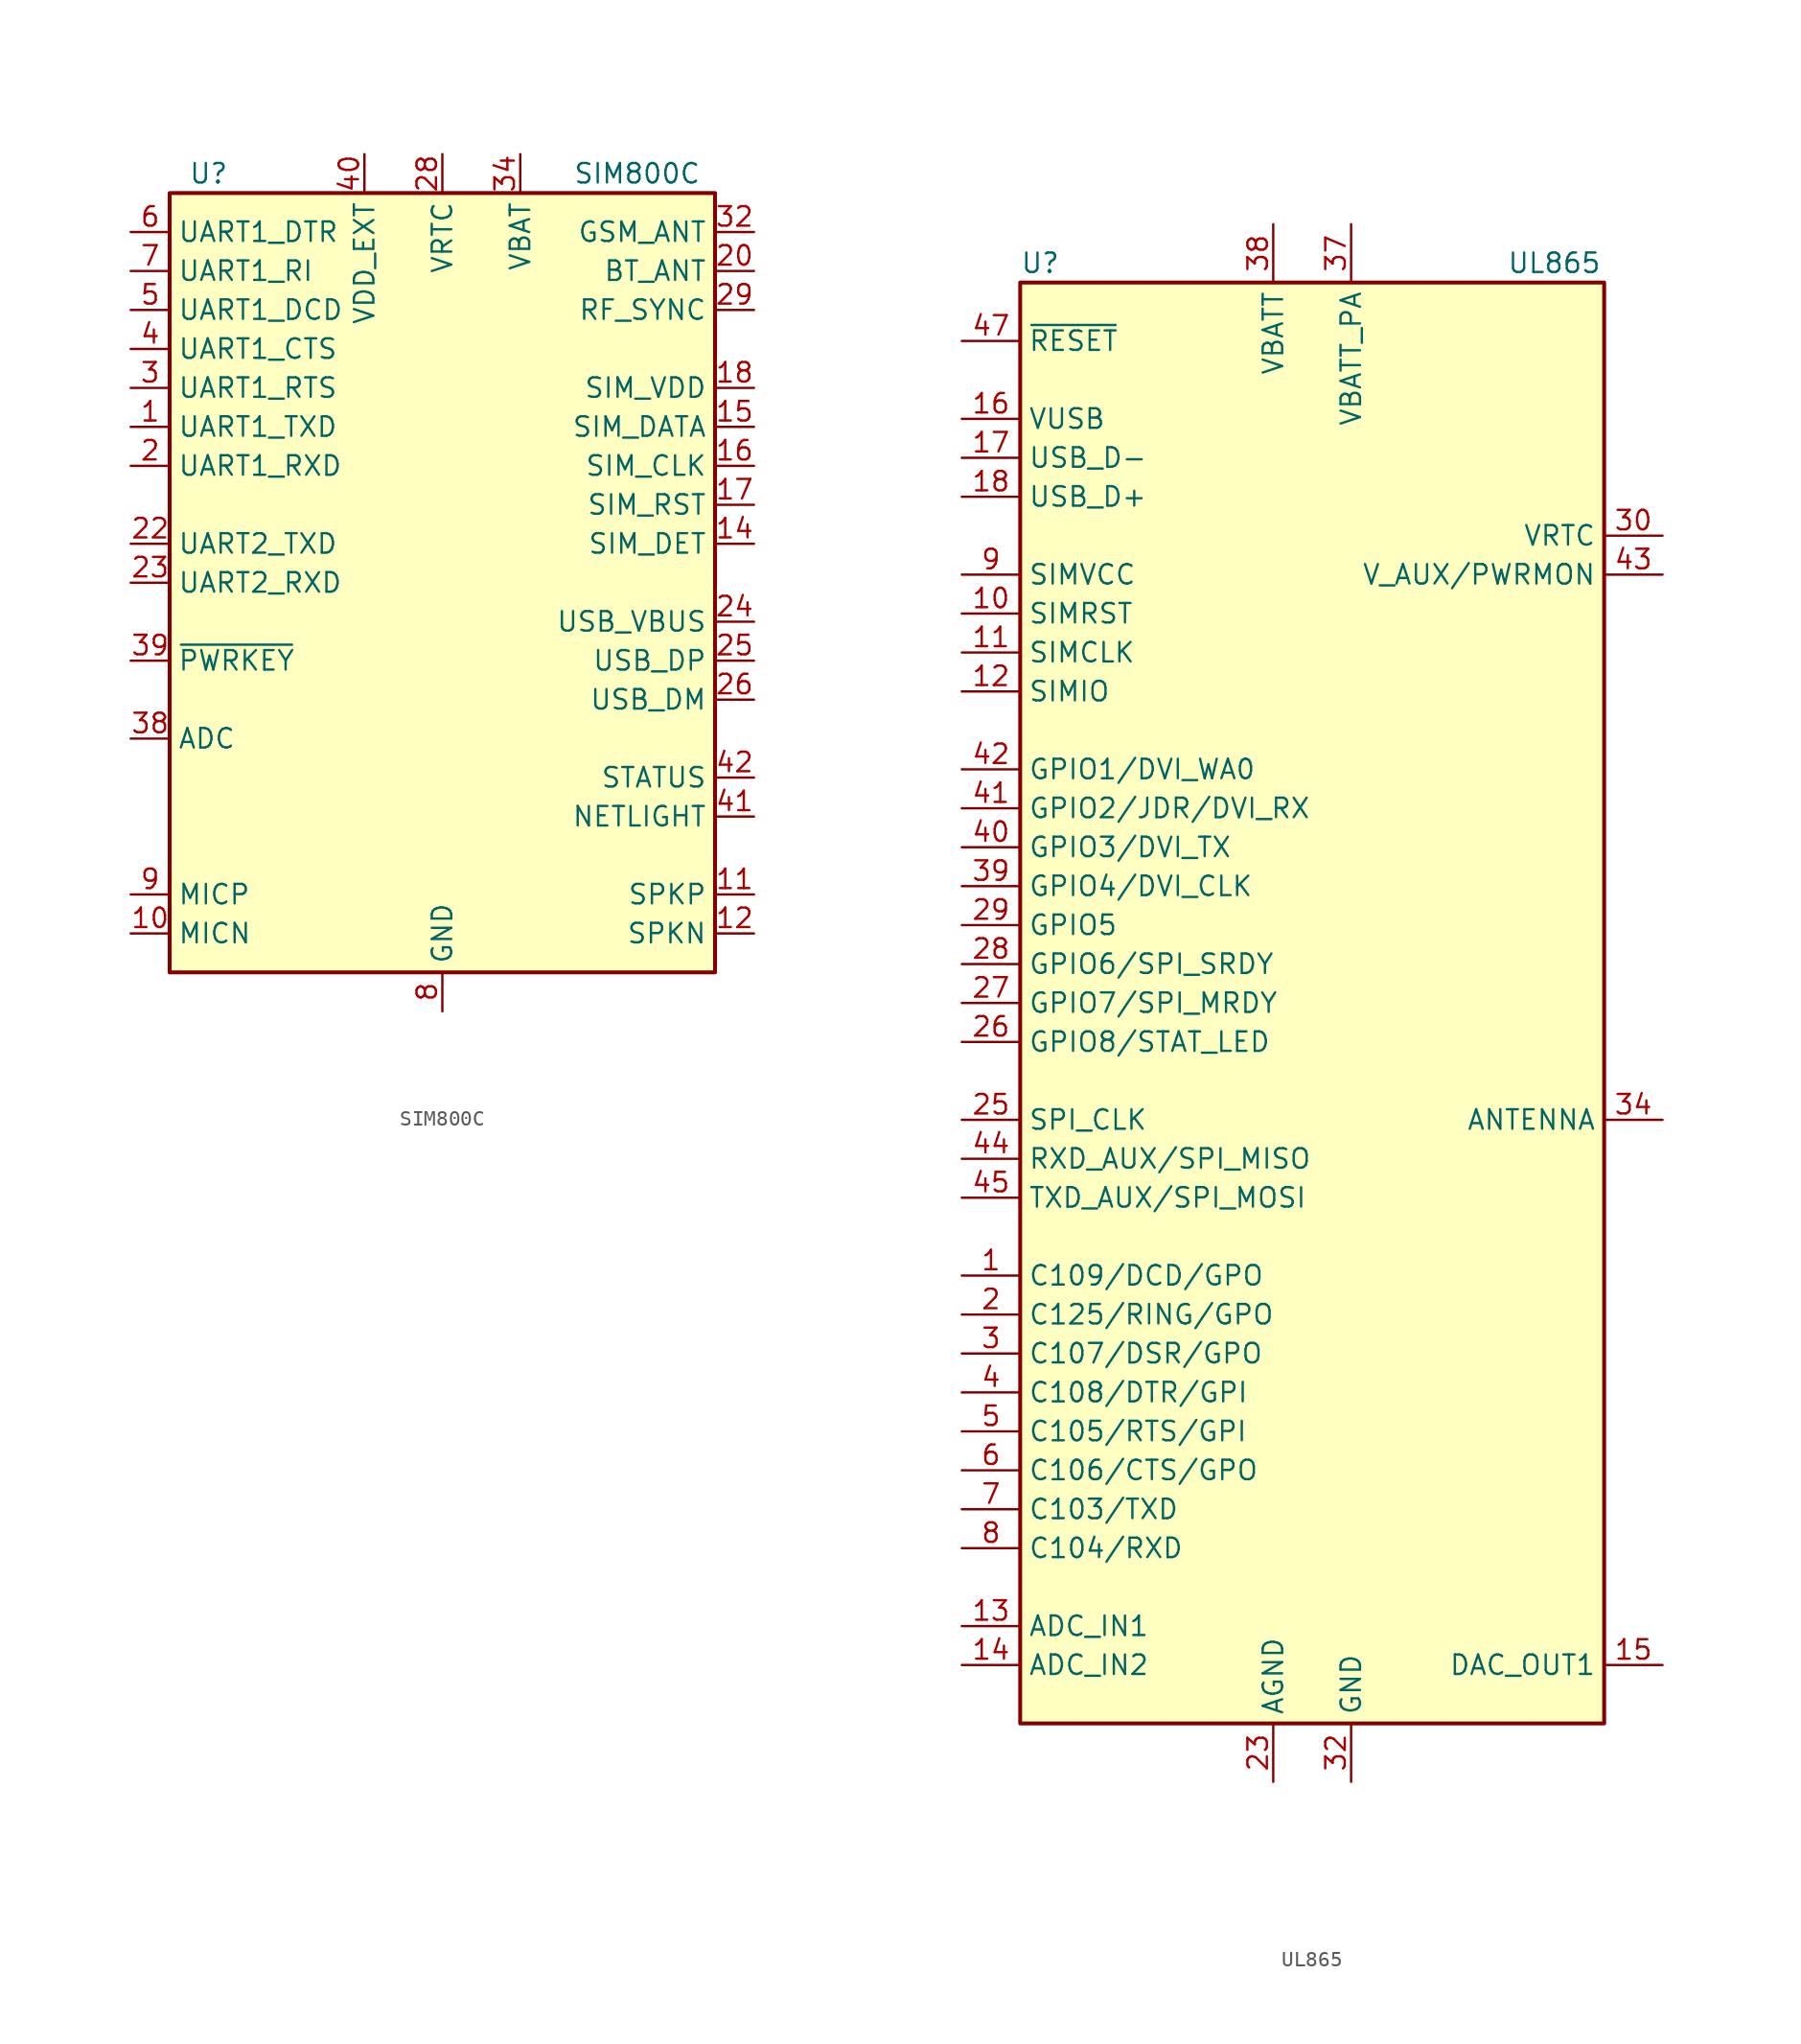
<source format=kicad_sym>
(kicad_symbol_lib
  (version 20201005)
  (generator kicad_symbol_editor)
  (symbol "SIM800C"
    (property "Reference" "U"
      (at -15.24 26.67 0)
      (effects (font (size 1.27 1.27))))
    (property "Value" "SIM800C"
      (at 12.7 26.67 0)
      (effects (font (size 1.27 1.27))))
    (symbol "SIM800C_0_1"
      (rectangle (start -17.78 25.4) (end 17.78 -25.4) (stroke (width 0.254)) (fill (type background))))
    (symbol "SIM800C_1_1"
      (pin output line (at -20.32 10.16 0) (length 2.54) (name "UART1_TXD" (effects (font (size 1.27 1.27)))) (number "1" (effects (font (size 1.27 1.27)))))
      (pin input line (at -20.32 -22.86 0) (length 2.54) (name "MICN" (effects (font (size 1.27 1.27)))) (number "10" (effects (font (size 1.27 1.27)))))
      (pin output line (at 20.32 -20.32 180) (length 2.54) (name "SPKP" (effects (font (size 1.27 1.27)))) (number "11" (effects (font (size 1.27 1.27)))))
      (pin output line (at 20.32 -22.86 180) (length 2.54) (name "SPKN" (effects (font (size 1.27 1.27)))) (number "12" (effects (font (size 1.27 1.27)))))
      (pin passive line (at 0 -27.94 90) (length 2.54) hide (name "GND" (effects (font (size 1.27 1.27)))) (number "13" (effects (font (size 1.27 1.27)))))
      (pin input line (at 20.32 2.54 180) (length 2.54) (name "SIM_DET" (effects (font (size 1.27 1.27)))) (number "14" (effects (font (size 1.27 1.27)))))
      (pin bidirectional line (at 20.32 10.16 180) (length 2.54) (name "SIM_DATA" (effects (font (size 1.27 1.27)))) (number "15" (effects (font (size 1.27 1.27)))))
      (pin output line (at 20.32 7.62 180) (length 2.54) (name "SIM_CLK" (effects (font (size 1.27 1.27)))) (number "16" (effects (font (size 1.27 1.27)))))
      (pin output line (at 20.32 5.08 180) (length 2.54) (name "SIM_RST" (effects (font (size 1.27 1.27)))) (number "17" (effects (font (size 1.27 1.27)))))
      (pin power_out line (at 20.32 12.7 180) (length 2.54) (name "SIM_VDD" (effects (font (size 1.27 1.27)))) (number "18" (effects (font (size 1.27 1.27)))))
      (pin passive line (at 0 -27.94 90) (length 2.54) hide (name "GND" (effects (font (size 1.27 1.27)))) (number "19" (effects (font (size 1.27 1.27)))))
      (pin input line (at -20.32 7.62 0) (length 2.54) (name "UART1_RXD" (effects (font (size 1.27 1.27)))) (number "2" (effects (font (size 1.27 1.27)))))
      (pin passive line (at 20.32 20.32 180) (length 2.54) (name "BT_ANT" (effects (font (size 1.27 1.27)))) (number "20" (effects (font (size 1.27 1.27)))))
      (pin passive line (at 0 -27.94 90) (length 2.54) hide (name "GND" (effects (font (size 1.27 1.27)))) (number "21" (effects (font (size 1.27 1.27)))))
      (pin output line (at -20.32 2.54 0) (length 2.54) (name "UART2_TXD" (effects (font (size 1.27 1.27)))) (number "22" (effects (font (size 1.27 1.27)))))
      (pin input line (at -20.32 0 0) (length 2.54) (name "UART2_RXD" (effects (font (size 1.27 1.27)))) (number "23" (effects (font (size 1.27 1.27)))))
      (pin input line (at 20.32 -2.54 180) (length 2.54) (name "USB_VBUS" (effects (font (size 1.27 1.27)))) (number "24" (effects (font (size 1.27 1.27)))))
      (pin bidirectional line (at 20.32 -5.08 180) (length 2.54) (name "USB_DP" (effects (font (size 1.27 1.27)))) (number "25" (effects (font (size 1.27 1.27)))))
      (pin bidirectional line (at 20.32 -7.62 180) (length 2.54) (name "USB_DM" (effects (font (size 1.27 1.27)))) (number "26" (effects (font (size 1.27 1.27)))))
      (pin passive line (at 0 -27.94 90) (length 2.54) hide (name "GND" (effects (font (size 1.27 1.27)))) (number "27" (effects (font (size 1.27 1.27)))))
      (pin power_in line (at 0 27.94 270) (length 2.54) (name "VRTC" (effects (font (size 1.27 1.27)))) (number "28" (effects (font (size 1.27 1.27)))))
      (pin output line (at 20.32 17.78 180) (length 2.54) (name "RF_SYNC" (effects (font (size 1.27 1.27)))) (number "29" (effects (font (size 1.27 1.27)))))
      (pin input line (at -20.32 12.7 0) (length 2.54) (name "UART1_RTS" (effects (font (size 1.27 1.27)))) (number "3" (effects (font (size 1.27 1.27)))))
      (pin passive line (at 0 -27.94 90) (length 2.54) hide (name "GND" (effects (font (size 1.27 1.27)))) (number "30" (effects (font (size 1.27 1.27)))))
      (pin passive line (at 0 -27.94 90) (length 2.54) hide (name "GND" (effects (font (size 1.27 1.27)))) (number "31" (effects (font (size 1.27 1.27)))))
      (pin passive line (at 20.32 22.86 180) (length 2.54) (name "GSM_ANT" (effects (font (size 1.27 1.27)))) (number "32" (effects (font (size 1.27 1.27)))))
      (pin passive line (at 0 -27.94 90) (length 2.54) hide (name "GND" (effects (font (size 1.27 1.27)))) (number "33" (effects (font (size 1.27 1.27)))))
      (pin power_in line (at 5.08 27.94 270) (length 2.54) (name "VBAT" (effects (font (size 1.27 1.27)))) (number "34" (effects (font (size 1.27 1.27)))))
      (pin passive line (at 5.08 27.94 270) (length 2.54) hide (name "VBAT" (effects (font (size 1.27 1.27)))) (number "35" (effects (font (size 1.27 1.27)))))
      (pin passive line (at 0 -27.94 90) (length 2.54) hide (name "GND" (effects (font (size 1.27 1.27)))) (number "36" (effects (font (size 1.27 1.27)))))
      (pin passive line (at 0 -27.94 90) (length 2.54) hide (name "GND" (effects (font (size 1.27 1.27)))) (number "37" (effects (font (size 1.27 1.27)))))
      (pin input line (at -20.32 -10.16 0) (length 2.54) (name "ADC" (effects (font (size 1.27 1.27)))) (number "38" (effects (font (size 1.27 1.27)))))
      (pin input line (at -20.32 -5.08 0) (length 2.54) (name "~PWRKEY" (effects (font (size 1.27 1.27)))) (number "39" (effects (font (size 1.27 1.27)))))
      (pin output line (at -20.32 15.24 0) (length 2.54) (name "UART1_CTS" (effects (font (size 1.27 1.27)))) (number "4" (effects (font (size 1.27 1.27)))))
      (pin power_out line (at -5.08 27.94 270) (length 2.54) (name "VDD_EXT" (effects (font (size 1.27 1.27)))) (number "40" (effects (font (size 1.27 1.27)))))
      (pin output line (at 20.32 -15.24 180) (length 2.54) (name "NETLIGHT" (effects (font (size 1.27 1.27)))) (number "41" (effects (font (size 1.27 1.27)))))
      (pin output line (at 20.32 -12.7 180) (length 2.54) (name "STATUS" (effects (font (size 1.27 1.27)))) (number "42" (effects (font (size 1.27 1.27)))))
      (pin output line (at -20.32 17.78 0) (length 2.54) (name "UART1_DCD" (effects (font (size 1.27 1.27)))) (number "5" (effects (font (size 1.27 1.27)))))
      (pin input line (at -20.32 22.86 0) (length 2.54) (name "UART1_DTR" (effects (font (size 1.27 1.27)))) (number "6" (effects (font (size 1.27 1.27)))))
      (pin output line (at -20.32 20.32 0) (length 2.54) (name "UART1_RI" (effects (font (size 1.27 1.27)))) (number "7" (effects (font (size 1.27 1.27)))))
      (pin power_in line (at 0 -27.94 90) (length 2.54) (name "GND" (effects (font (size 1.27 1.27)))) (number "8" (effects (font (size 1.27 1.27)))))
      (pin input line (at -20.32 -20.32 0) (length 2.54) (name "MICP" (effects (font (size 1.27 1.27)))) (number "9" (effects (font (size 1.27 1.27)))))))
  (symbol "UL865"
    (property "Reference" "U"
      (at -19.05 43.18 0)
      (effects (font (size 1.27 1.27)) (justify left)))
    (property "Value" "UL865"
      (at 12.7 43.18 0)
      (effects (font (size 1.27 1.27)) (justify left)))
    (symbol "UL865_0_1"
      (rectangle (start -19.05 41.91) (end 19.05 -52.07) (stroke (width 0.254)) (fill (type background))))
    (symbol "UL865_1_1"
      (pin output line (at -22.86 -22.86 0) (length 3.81) (name "C109/DCD/GPO" (effects (font (size 1.27 1.27)))) (number "1" (effects (font (size 1.27 1.27)))))
      (pin output line (at -22.86 20.32 0) (length 3.81) (name "SIMRST" (effects (font (size 1.27 1.27)))) (number "10" (effects (font (size 1.27 1.27)))))
      (pin output line (at -22.86 17.78 0) (length 3.81) (name "SIMCLK" (effects (font (size 1.27 1.27)))) (number "11" (effects (font (size 1.27 1.27)))))
      (pin bidirectional line (at -22.86 15.24 0) (length 3.81) (name "SIMIO" (effects (font (size 1.27 1.27)))) (number "12" (effects (font (size 1.27 1.27)))))
      (pin input line (at -22.86 -45.72 0) (length 3.81) (name "ADC_IN1" (effects (font (size 1.27 1.27)))) (number "13" (effects (font (size 1.27 1.27)))))
      (pin input line (at -22.86 -48.26 0) (length 3.81) (name "ADC_IN2" (effects (font (size 1.27 1.27)))) (number "14" (effects (font (size 1.27 1.27)))))
      (pin output line (at 22.86 -48.26 180) (length 3.81) (name "DAC_OUT1" (effects (font (size 1.27 1.27)))) (number "15" (effects (font (size 1.27 1.27)))))
      (pin input line (at -22.86 33.02 0) (length 3.81) (name "VUSB" (effects (font (size 1.27 1.27)))) (number "16" (effects (font (size 1.27 1.27)))))
      (pin bidirectional line (at -22.86 30.48 0) (length 3.81) (name "USB_D-" (effects (font (size 1.27 1.27)))) (number "17" (effects (font (size 1.27 1.27)))))
      (pin bidirectional line (at -22.86 27.94 0) (length 3.81) (name "USB_D+" (effects (font (size 1.27 1.27)))) (number "18" (effects (font (size 1.27 1.27)))))
      (pin no_connect line (at 19.05 -17.78 180) (length 3.81) hide (name "NC" (effects (font (size 1.27 1.27)))) (number "19" (effects (font (size 1.27 1.27)))))
      (pin output line (at -22.86 -25.4 0) (length 3.81) (name "C125/RING/GPO" (effects (font (size 1.27 1.27)))) (number "2" (effects (font (size 1.27 1.27)))))
      (pin no_connect line (at 19.05 -20.32 180) (length 3.81) hide (name "NC" (effects (font (size 1.27 1.27)))) (number "20" (effects (font (size 1.27 1.27)))))
      (pin no_connect line (at 19.05 -22.86 180) (length 3.81) hide (name "NC" (effects (font (size 1.27 1.27)))) (number "21" (effects (font (size 1.27 1.27)))))
      (pin no_connect line (at 19.05 -25.4 180) (length 3.81) hide (name "NC" (effects (font (size 1.27 1.27)))) (number "22" (effects (font (size 1.27 1.27)))))
      (pin power_in line (at -2.54 -55.88 90) (length 3.81) (name "AGND" (effects (font (size 1.27 1.27)))) (number "23" (effects (font (size 1.27 1.27)))))
      (pin no_connect line (at 19.05 -30.48 180) (length 3.81) hide (name "NC" (effects (font (size 1.27 1.27)))) (number "24" (effects (font (size 1.27 1.27)))))
      (pin bidirectional line (at -22.86 -12.7 0) (length 3.81) (name "SPI_CLK" (effects (font (size 1.27 1.27)))) (number "25" (effects (font (size 1.27 1.27)))))
      (pin bidirectional line (at -22.86 -7.62 0) (length 3.81) (name "GPIO8/STAT_LED" (effects (font (size 1.27 1.27)))) (number "26" (effects (font (size 1.27 1.27)))))
      (pin bidirectional line (at -22.86 -5.08 0) (length 3.81) (name "GPIO7/SPI_MRDY" (effects (font (size 1.27 1.27)))) (number "27" (effects (font (size 1.27 1.27)))))
      (pin bidirectional line (at -22.86 -2.54 0) (length 3.81) (name "GPIO6/SPI_SRDY" (effects (font (size 1.27 1.27)))) (number "28" (effects (font (size 1.27 1.27)))))
      (pin bidirectional line (at -22.86 0 0) (length 3.81) (name "GPIO5" (effects (font (size 1.27 1.27)))) (number "29" (effects (font (size 1.27 1.27)))))
      (pin output line (at -22.86 -27.94 0) (length 3.81) (name "C107/DSR/GPO" (effects (font (size 1.27 1.27)))) (number "3" (effects (font (size 1.27 1.27)))))
      (pin power_out line (at 22.86 25.4 180) (length 3.81) (name "VRTC" (effects (font (size 1.27 1.27)))) (number "30" (effects (font (size 1.27 1.27)))))
      (pin no_connect line (at 19.05 -33.02 180) (length 3.81) hide (name "NC" (effects (font (size 1.27 1.27)))) (number "31" (effects (font (size 1.27 1.27)))))
      (pin power_in line (at 2.54 -55.88 90) (length 3.81) (name "GND" (effects (font (size 1.27 1.27)))) (number "32" (effects (font (size 1.27 1.27)))))
      (pin passive line (at 2.54 -55.88 90) (length 3.81) hide (name "GND" (effects (font (size 1.27 1.27)))) (number "33" (effects (font (size 1.27 1.27)))))
      (pin bidirectional line (at 22.86 -12.7 180) (length 3.81) (name "ANTENNA" (effects (font (size 1.27 1.27)))) (number "34" (effects (font (size 1.27 1.27)))))
      (pin passive line (at 2.54 -55.88 90) (length 3.81) hide (name "GND" (effects (font (size 1.27 1.27)))) (number "35" (effects (font (size 1.27 1.27)))))
      (pin passive line (at 2.54 -55.88 90) (length 3.81) hide (name "GND" (effects (font (size 1.27 1.27)))) (number "36" (effects (font (size 1.27 1.27)))))
      (pin power_in line (at 2.54 45.72 270) (length 3.81) (name "VBATT_PA" (effects (font (size 1.27 1.27)))) (number "37" (effects (font (size 1.27 1.27)))))
      (pin power_in line (at -2.54 45.72 270) (length 3.81) (name "VBATT" (effects (font (size 1.27 1.27)))) (number "38" (effects (font (size 1.27 1.27)))))
      (pin bidirectional line (at -22.86 2.54 0) (length 3.81) (name "GPIO4/DVI_CLK" (effects (font (size 1.27 1.27)))) (number "39" (effects (font (size 1.27 1.27)))))
      (pin input line (at -22.86 -30.48 0) (length 3.81) (name "C108/DTR/GPI" (effects (font (size 1.27 1.27)))) (number "4" (effects (font (size 1.27 1.27)))))
      (pin bidirectional line (at -22.86 5.08 0) (length 3.81) (name "GPIO3/DVI_TX" (effects (font (size 1.27 1.27)))) (number "40" (effects (font (size 1.27 1.27)))))
      (pin bidirectional line (at -22.86 7.62 0) (length 3.81) (name "GPIO2/JDR/DVI_RX" (effects (font (size 1.27 1.27)))) (number "41" (effects (font (size 1.27 1.27)))))
      (pin bidirectional line (at -22.86 10.16 0) (length 3.81) (name "GPIO1/DVI_WA0" (effects (font (size 1.27 1.27)))) (number "42" (effects (font (size 1.27 1.27)))))
      (pin power_out line (at 22.86 22.86 180) (length 3.81) (name "V_AUX/PWRMON" (effects (font (size 1.27 1.27)))) (number "43" (effects (font (size 1.27 1.27)))))
      (pin bidirectional line (at -22.86 -15.24 0) (length 3.81) (name "RXD_AUX/SPI_MISO" (effects (font (size 1.27 1.27)))) (number "44" (effects (font (size 1.27 1.27)))))
      (pin bidirectional line (at -22.86 -17.78 0) (length 3.81) (name "TXD_AUX/SPI_MOSI" (effects (font (size 1.27 1.27)))) (number "45" (effects (font (size 1.27 1.27)))))
      (pin passive line (at 2.54 -55.88 90) (length 3.81) hide (name "GND" (effects (font (size 1.27 1.27)))) (number "46" (effects (font (size 1.27 1.27)))))
      (pin input line (at -22.86 38.1 0) (length 3.81) (name "~RESET" (effects (font (size 1.27 1.27)))) (number "47" (effects (font (size 1.27 1.27)))))
      (pin no_connect line (at 19.05 -35.56 180) (length 3.81) hide (name "NC" (effects (font (size 1.27 1.27)))) (number "48" (effects (font (size 1.27 1.27)))))
      (pin input line (at -22.86 -33.02 0) (length 3.81) (name "C105/RTS/GPI" (effects (font (size 1.27 1.27)))) (number "5" (effects (font (size 1.27 1.27)))))
      (pin output line (at -22.86 -35.56 0) (length 3.81) (name "C106/CTS/GPO" (effects (font (size 1.27 1.27)))) (number "6" (effects (font (size 1.27 1.27)))))
      (pin input line (at -22.86 -38.1 0) (length 3.81) (name "C103/TXD" (effects (font (size 1.27 1.27)))) (number "7" (effects (font (size 1.27 1.27)))))
      (pin output line (at -22.86 -40.64 0) (length 3.81) (name "C104/RXD" (effects (font (size 1.27 1.27)))) (number "8" (effects (font (size 1.27 1.27)))))
      (pin power_out line (at -22.86 22.86 0) (length 3.81) (name "SIMVCC" (effects (font (size 1.27 1.27)))) (number "9" (effects (font (size 1.27 1.27))))))))
</source>
